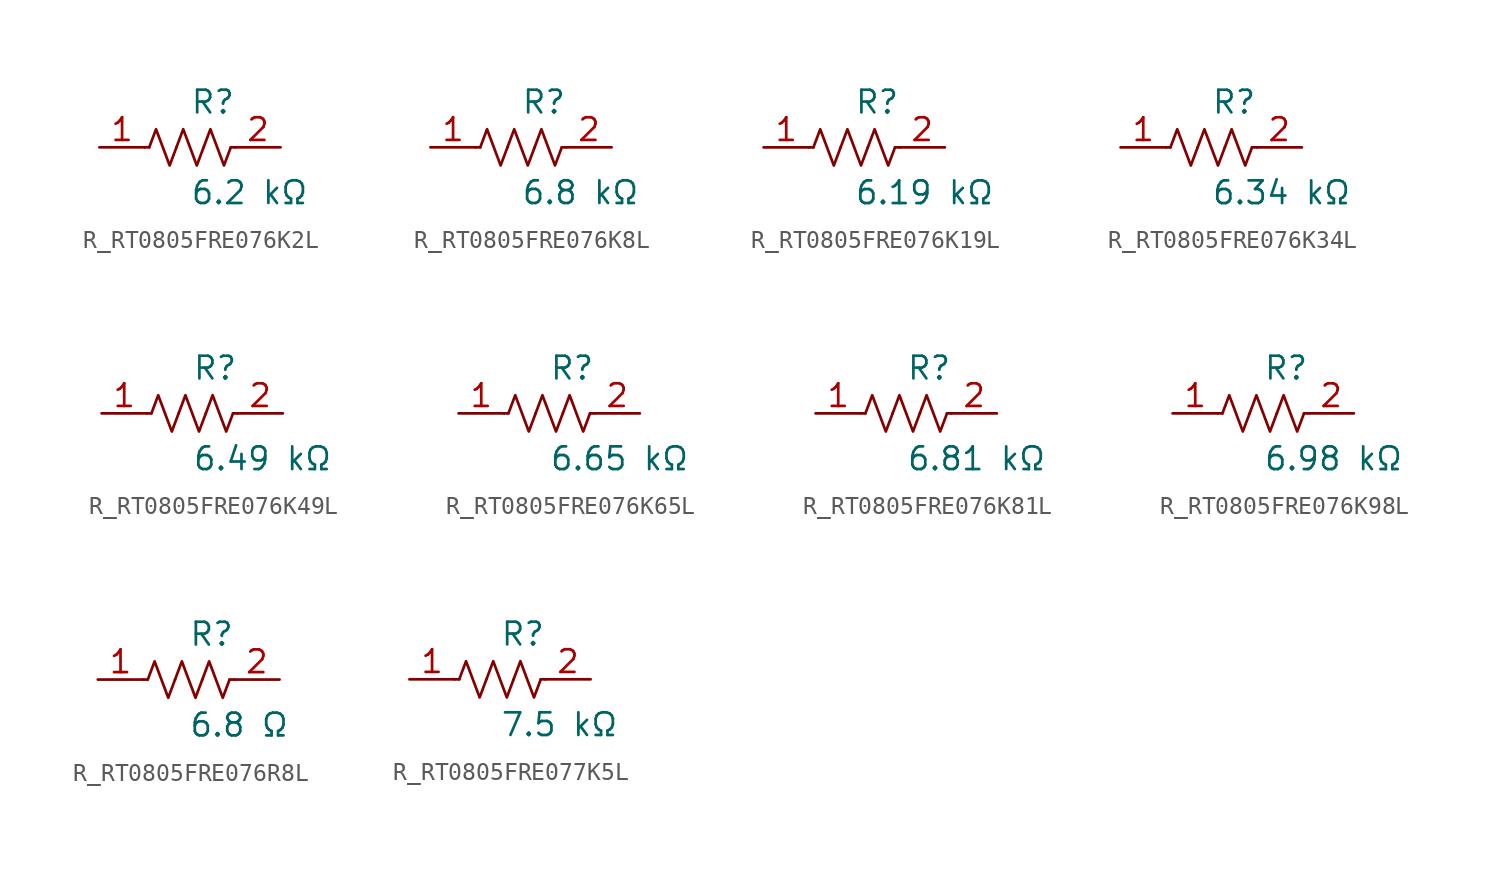
<source format=kicad_sym>
(kicad_symbol_lib
  (version 20231120)
  (generator kicad_symbol_editor)
  (generator_version 8.0)
  (symbol "R_RT0805FRE076K2L"
    (pin_names
      (offset 0.254))
    (property "Reference" "R"
      (at 0.0 2.54 0)
      (effects (font (size 1.27 1.27)) (justify left)))
    (property "Value" "6.2 kΩ"
      (at 0.0 -2.54 0)
      (effects (font (size 1.27 1.27)) (justify left)))
    (symbol "R_RT0805FRE076K2L_0_1"
      (polyline (pts (xy 2.286 0) (xy 2.54 0)) (stroke (width 0) (type default)) (fill (type none)))
      (polyline (pts (xy -2.286 0) (xy -2.54 0)) (stroke (width 0) (type default)) (fill (type none)))
      (polyline (pts (xy 0.762 0) (xy 1.143 1.016) (xy 1.524 0) (xy 1.905 -1.016) (xy 2.286 0)) (stroke (width 0) (type default)) (fill (type none)))
      (polyline (pts (xy -0.762 0) (xy -0.381 1.016) (xy 0 0) (xy 0.381 -1.016) (xy 0.762 0)) (stroke (width 0) (type default)) (fill (type none)))
      (polyline (pts (xy -2.286 0) (xy -1.905 1.016) (xy -1.524 0) (xy -1.143 -1.016) (xy -0.762 0)) (stroke (width 0) (type default)) (fill (type none))))
    (pin unspecified line
      (at -5.08 0 0)
      (length 2.54)
      (name "" (effects (font (size 1.27 1.27))))
      (number "1" (effects (font (size 1.27 1.27)))))
    (pin unspecified line
      (at 5.08 0 180)
      (length 2.54)
      (name "" (effects (font (size 1.27 1.27))))
      (number "2" (effects (font (size 1.27 1.27))))))
  (symbol "R_RT0805FRE076K8L"
    (pin_names
      (offset 0.254))
    (property "Reference" "R"
      (at 0.0 2.54 0)
      (effects (font (size 1.27 1.27)) (justify left)))
    (property "Value" "6.8 kΩ"
      (at 0.0 -2.54 0)
      (effects (font (size 1.27 1.27)) (justify left)))
    (symbol "R_RT0805FRE076K8L_0_1"
      (polyline (pts (xy 2.286 0) (xy 2.54 0)) (stroke (width 0) (type default)) (fill (type none)))
      (polyline (pts (xy -2.286 0) (xy -2.54 0)) (stroke (width 0) (type default)) (fill (type none)))
      (polyline (pts (xy 0.762 0) (xy 1.143 1.016) (xy 1.524 0) (xy 1.905 -1.016) (xy 2.286 0)) (stroke (width 0) (type default)) (fill (type none)))
      (polyline (pts (xy -0.762 0) (xy -0.381 1.016) (xy 0 0) (xy 0.381 -1.016) (xy 0.762 0)) (stroke (width 0) (type default)) (fill (type none)))
      (polyline (pts (xy -2.286 0) (xy -1.905 1.016) (xy -1.524 0) (xy -1.143 -1.016) (xy -0.762 0)) (stroke (width 0) (type default)) (fill (type none))))
    (pin unspecified line
      (at -5.08 0 0)
      (length 2.54)
      (name "" (effects (font (size 1.27 1.27))))
      (number "1" (effects (font (size 1.27 1.27)))))
    (pin unspecified line
      (at 5.08 0 180)
      (length 2.54)
      (name "" (effects (font (size 1.27 1.27))))
      (number "2" (effects (font (size 1.27 1.27))))))
  (symbol "R_RT0805FRE076K19L"
    (pin_names
      (offset 0.254))
    (property "Reference" "R"
      (at 0.0 2.54 0)
      (effects (font (size 1.27 1.27)) (justify left)))
    (property "Value" "6.19 kΩ"
      (at 0.0 -2.54 0)
      (effects (font (size 1.27 1.27)) (justify left)))
    (symbol "R_RT0805FRE076K19L_0_1"
      (polyline (pts (xy 2.286 0) (xy 2.54 0)) (stroke (width 0) (type default)) (fill (type none)))
      (polyline (pts (xy -2.286 0) (xy -2.54 0)) (stroke (width 0) (type default)) (fill (type none)))
      (polyline (pts (xy 0.762 0) (xy 1.143 1.016) (xy 1.524 0) (xy 1.905 -1.016) (xy 2.286 0)) (stroke (width 0) (type default)) (fill (type none)))
      (polyline (pts (xy -0.762 0) (xy -0.381 1.016) (xy 0 0) (xy 0.381 -1.016) (xy 0.762 0)) (stroke (width 0) (type default)) (fill (type none)))
      (polyline (pts (xy -2.286 0) (xy -1.905 1.016) (xy -1.524 0) (xy -1.143 -1.016) (xy -0.762 0)) (stroke (width 0) (type default)) (fill (type none))))
    (pin unspecified line
      (at -5.08 0 0)
      (length 2.54)
      (name "" (effects (font (size 1.27 1.27))))
      (number "1" (effects (font (size 1.27 1.27)))))
    (pin unspecified line
      (at 5.08 0 180)
      (length 2.54)
      (name "" (effects (font (size 1.27 1.27))))
      (number "2" (effects (font (size 1.27 1.27))))))
  (symbol "R_RT0805FRE076K34L"
    (pin_names
      (offset 0.254))
    (property "Reference" "R"
      (at 0.0 2.54 0)
      (effects (font (size 1.27 1.27)) (justify left)))
    (property "Value" "6.34 kΩ"
      (at 0.0 -2.54 0)
      (effects (font (size 1.27 1.27)) (justify left)))
    (symbol "R_RT0805FRE076K34L_0_1"
      (polyline (pts (xy 2.286 0) (xy 2.54 0)) (stroke (width 0) (type default)) (fill (type none)))
      (polyline (pts (xy -2.286 0) (xy -2.54 0)) (stroke (width 0) (type default)) (fill (type none)))
      (polyline (pts (xy 0.762 0) (xy 1.143 1.016) (xy 1.524 0) (xy 1.905 -1.016) (xy 2.286 0)) (stroke (width 0) (type default)) (fill (type none)))
      (polyline (pts (xy -0.762 0) (xy -0.381 1.016) (xy 0 0) (xy 0.381 -1.016) (xy 0.762 0)) (stroke (width 0) (type default)) (fill (type none)))
      (polyline (pts (xy -2.286 0) (xy -1.905 1.016) (xy -1.524 0) (xy -1.143 -1.016) (xy -0.762 0)) (stroke (width 0) (type default)) (fill (type none))))
    (pin unspecified line
      (at -5.08 0 0)
      (length 2.54)
      (name "" (effects (font (size 1.27 1.27))))
      (number "1" (effects (font (size 1.27 1.27)))))
    (pin unspecified line
      (at 5.08 0 180)
      (length 2.54)
      (name "" (effects (font (size 1.27 1.27))))
      (number "2" (effects (font (size 1.27 1.27))))))
  (symbol "R_RT0805FRE076K49L"
    (pin_names
      (offset 0.254))
    (property "Reference" "R"
      (at 0.0 2.54 0)
      (effects (font (size 1.27 1.27)) (justify left)))
    (property "Value" "6.49 kΩ"
      (at 0.0 -2.54 0)
      (effects (font (size 1.27 1.27)) (justify left)))
    (symbol "R_RT0805FRE076K49L_0_1"
      (polyline (pts (xy 2.286 0) (xy 2.54 0)) (stroke (width 0) (type default)) (fill (type none)))
      (polyline (pts (xy -2.286 0) (xy -2.54 0)) (stroke (width 0) (type default)) (fill (type none)))
      (polyline (pts (xy 0.762 0) (xy 1.143 1.016) (xy 1.524 0) (xy 1.905 -1.016) (xy 2.286 0)) (stroke (width 0) (type default)) (fill (type none)))
      (polyline (pts (xy -0.762 0) (xy -0.381 1.016) (xy 0 0) (xy 0.381 -1.016) (xy 0.762 0)) (stroke (width 0) (type default)) (fill (type none)))
      (polyline (pts (xy -2.286 0) (xy -1.905 1.016) (xy -1.524 0) (xy -1.143 -1.016) (xy -0.762 0)) (stroke (width 0) (type default)) (fill (type none))))
    (pin unspecified line
      (at -5.08 0 0)
      (length 2.54)
      (name "" (effects (font (size 1.27 1.27))))
      (number "1" (effects (font (size 1.27 1.27)))))
    (pin unspecified line
      (at 5.08 0 180)
      (length 2.54)
      (name "" (effects (font (size 1.27 1.27))))
      (number "2" (effects (font (size 1.27 1.27))))))
  (symbol "R_RT0805FRE076K65L"
    (pin_names
      (offset 0.254))
    (property "Reference" "R"
      (at 0.0 2.54 0)
      (effects (font (size 1.27 1.27)) (justify left)))
    (property "Value" "6.65 kΩ"
      (at 0.0 -2.54 0)
      (effects (font (size 1.27 1.27)) (justify left)))
    (symbol "R_RT0805FRE076K65L_0_1"
      (polyline (pts (xy 2.286 0) (xy 2.54 0)) (stroke (width 0) (type default)) (fill (type none)))
      (polyline (pts (xy -2.286 0) (xy -2.54 0)) (stroke (width 0) (type default)) (fill (type none)))
      (polyline (pts (xy 0.762 0) (xy 1.143 1.016) (xy 1.524 0) (xy 1.905 -1.016) (xy 2.286 0)) (stroke (width 0) (type default)) (fill (type none)))
      (polyline (pts (xy -0.762 0) (xy -0.381 1.016) (xy 0 0) (xy 0.381 -1.016) (xy 0.762 0)) (stroke (width 0) (type default)) (fill (type none)))
      (polyline (pts (xy -2.286 0) (xy -1.905 1.016) (xy -1.524 0) (xy -1.143 -1.016) (xy -0.762 0)) (stroke (width 0) (type default)) (fill (type none))))
    (pin unspecified line
      (at -5.08 0 0)
      (length 2.54)
      (name "" (effects (font (size 1.27 1.27))))
      (number "1" (effects (font (size 1.27 1.27)))))
    (pin unspecified line
      (at 5.08 0 180)
      (length 2.54)
      (name "" (effects (font (size 1.27 1.27))))
      (number "2" (effects (font (size 1.27 1.27))))))
  (symbol "R_RT0805FRE076K81L"
    (pin_names
      (offset 0.254))
    (property "Reference" "R"
      (at 0.0 2.54 0)
      (effects (font (size 1.27 1.27)) (justify left)))
    (property "Value" "6.81 kΩ"
      (at 0.0 -2.54 0)
      (effects (font (size 1.27 1.27)) (justify left)))
    (symbol "R_RT0805FRE076K81L_0_1"
      (polyline (pts (xy 2.286 0) (xy 2.54 0)) (stroke (width 0) (type default)) (fill (type none)))
      (polyline (pts (xy -2.286 0) (xy -2.54 0)) (stroke (width 0) (type default)) (fill (type none)))
      (polyline (pts (xy 0.762 0) (xy 1.143 1.016) (xy 1.524 0) (xy 1.905 -1.016) (xy 2.286 0)) (stroke (width 0) (type default)) (fill (type none)))
      (polyline (pts (xy -0.762 0) (xy -0.381 1.016) (xy 0 0) (xy 0.381 -1.016) (xy 0.762 0)) (stroke (width 0) (type default)) (fill (type none)))
      (polyline (pts (xy -2.286 0) (xy -1.905 1.016) (xy -1.524 0) (xy -1.143 -1.016) (xy -0.762 0)) (stroke (width 0) (type default)) (fill (type none))))
    (pin unspecified line
      (at -5.08 0 0)
      (length 2.54)
      (name "" (effects (font (size 1.27 1.27))))
      (number "1" (effects (font (size 1.27 1.27)))))
    (pin unspecified line
      (at 5.08 0 180)
      (length 2.54)
      (name "" (effects (font (size 1.27 1.27))))
      (number "2" (effects (font (size 1.27 1.27))))))
  (symbol "R_RT0805FRE076K98L"
    (pin_names
      (offset 0.254))
    (property "Reference" "R"
      (at 0.0 2.54 0)
      (effects (font (size 1.27 1.27)) (justify left)))
    (property "Value" "6.98 kΩ"
      (at 0.0 -2.54 0)
      (effects (font (size 1.27 1.27)) (justify left)))
    (symbol "R_RT0805FRE076K98L_0_1"
      (polyline (pts (xy 2.286 0) (xy 2.54 0)) (stroke (width 0) (type default)) (fill (type none)))
      (polyline (pts (xy -2.286 0) (xy -2.54 0)) (stroke (width 0) (type default)) (fill (type none)))
      (polyline (pts (xy 0.762 0) (xy 1.143 1.016) (xy 1.524 0) (xy 1.905 -1.016) (xy 2.286 0)) (stroke (width 0) (type default)) (fill (type none)))
      (polyline (pts (xy -0.762 0) (xy -0.381 1.016) (xy 0 0) (xy 0.381 -1.016) (xy 0.762 0)) (stroke (width 0) (type default)) (fill (type none)))
      (polyline (pts (xy -2.286 0) (xy -1.905 1.016) (xy -1.524 0) (xy -1.143 -1.016) (xy -0.762 0)) (stroke (width 0) (type default)) (fill (type none))))
    (pin unspecified line
      (at -5.08 0 0)
      (length 2.54)
      (name "" (effects (font (size 1.27 1.27))))
      (number "1" (effects (font (size 1.27 1.27)))))
    (pin unspecified line
      (at 5.08 0 180)
      (length 2.54)
      (name "" (effects (font (size 1.27 1.27))))
      (number "2" (effects (font (size 1.27 1.27))))))
  (symbol "R_RT0805FRE076R8L"
    (pin_names
      (offset 0.254))
    (property "Reference" "R"
      (at 0.0 2.54 0)
      (effects (font (size 1.27 1.27)) (justify left)))
    (property "Value" "6.8 Ω"
      (at 0.0 -2.54 0)
      (effects (font (size 1.27 1.27)) (justify left)))
    (symbol "R_RT0805FRE076R8L_0_1"
      (polyline (pts (xy 2.286 0) (xy 2.54 0)) (stroke (width 0) (type default)) (fill (type none)))
      (polyline (pts (xy -2.286 0) (xy -2.54 0)) (stroke (width 0) (type default)) (fill (type none)))
      (polyline (pts (xy 0.762 0) (xy 1.143 1.016) (xy 1.524 0) (xy 1.905 -1.016) (xy 2.286 0)) (stroke (width 0) (type default)) (fill (type none)))
      (polyline (pts (xy -0.762 0) (xy -0.381 1.016) (xy 0 0) (xy 0.381 -1.016) (xy 0.762 0)) (stroke (width 0) (type default)) (fill (type none)))
      (polyline (pts (xy -2.286 0) (xy -1.905 1.016) (xy -1.524 0) (xy -1.143 -1.016) (xy -0.762 0)) (stroke (width 0) (type default)) (fill (type none))))
    (pin unspecified line
      (at -5.08 0 0)
      (length 2.54)
      (name "" (effects (font (size 1.27 1.27))))
      (number "1" (effects (font (size 1.27 1.27)))))
    (pin unspecified line
      (at 5.08 0 180)
      (length 2.54)
      (name "" (effects (font (size 1.27 1.27))))
      (number "2" (effects (font (size 1.27 1.27))))))
  (symbol "R_RT0805FRE077K5L"
    (pin_names
      (offset 0.254))
    (property "Reference" "R"
      (at 0.0 2.54 0)
      (effects (font (size 1.27 1.27)) (justify left)))
    (property "Value" "7.5 kΩ"
      (at 0.0 -2.54 0)
      (effects (font (size 1.27 1.27)) (justify left)))
    (symbol "R_RT0805FRE077K5L_0_1"
      (polyline (pts (xy 2.286 0) (xy 2.54 0)) (stroke (width 0) (type default)) (fill (type none)))
      (polyline (pts (xy -2.286 0) (xy -2.54 0)) (stroke (width 0) (type default)) (fill (type none)))
      (polyline (pts (xy 0.762 0) (xy 1.143 1.016) (xy 1.524 0) (xy 1.905 -1.016) (xy 2.286 0)) (stroke (width 0) (type default)) (fill (type none)))
      (polyline (pts (xy -0.762 0) (xy -0.381 1.016) (xy 0 0) (xy 0.381 -1.016) (xy 0.762 0)) (stroke (width 0) (type default)) (fill (type none)))
      (polyline (pts (xy -2.286 0) (xy -1.905 1.016) (xy -1.524 0) (xy -1.143 -1.016) (xy -0.762 0)) (stroke (width 0) (type default)) (fill (type none))))
    (pin unspecified line
      (at -5.08 0 0)
      (length 2.54)
      (name "" (effects (font (size 1.27 1.27))))
      (number "1" (effects (font (size 1.27 1.27)))))
    (pin unspecified line
      (at 5.08 0 180)
      (length 2.54)
      (name "" (effects (font (size 1.27 1.27))))
      (number "2" (effects (font (size 1.27 1.27)))))))
</source>
